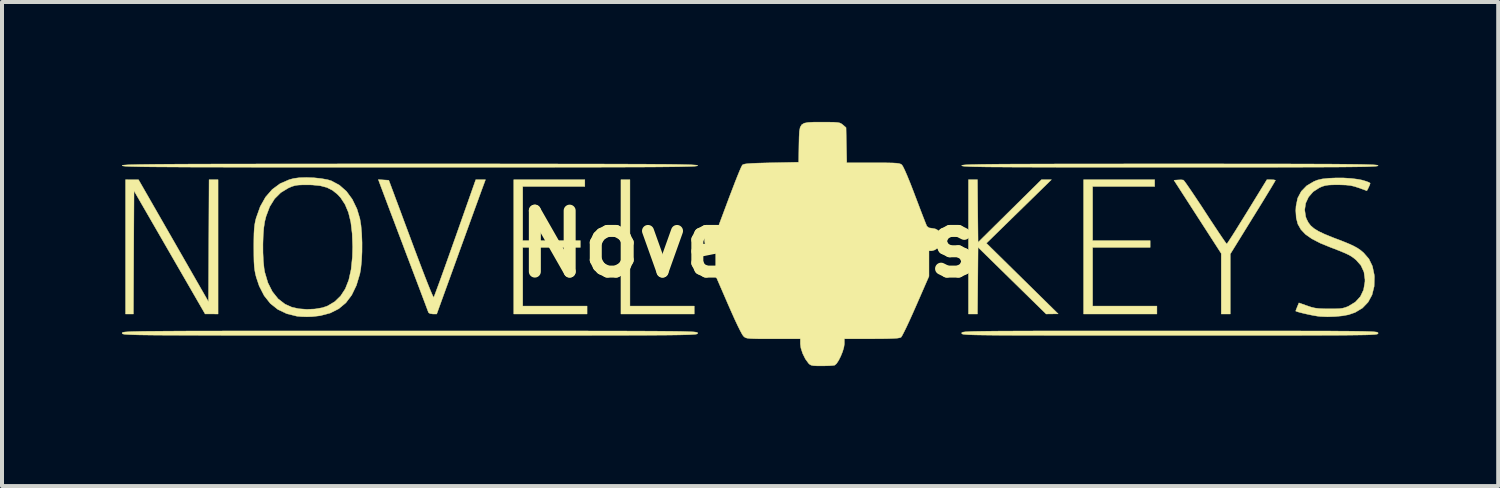
<source format=kicad_pcb>
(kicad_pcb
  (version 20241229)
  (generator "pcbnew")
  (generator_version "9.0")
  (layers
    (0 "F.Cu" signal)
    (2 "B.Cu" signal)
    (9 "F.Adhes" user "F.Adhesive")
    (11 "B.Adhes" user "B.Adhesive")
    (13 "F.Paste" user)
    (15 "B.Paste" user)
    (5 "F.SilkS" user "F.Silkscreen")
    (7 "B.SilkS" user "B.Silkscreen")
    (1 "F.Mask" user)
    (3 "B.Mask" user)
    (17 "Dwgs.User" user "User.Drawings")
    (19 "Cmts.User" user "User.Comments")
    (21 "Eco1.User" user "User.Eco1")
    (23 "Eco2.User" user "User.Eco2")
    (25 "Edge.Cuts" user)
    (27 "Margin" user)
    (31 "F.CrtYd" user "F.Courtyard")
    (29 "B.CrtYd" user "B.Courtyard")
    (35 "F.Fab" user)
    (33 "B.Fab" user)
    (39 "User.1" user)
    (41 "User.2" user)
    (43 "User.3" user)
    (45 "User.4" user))
  (footprint "NovelKeys"
    (layer "F.Cu")
    (at 15.697 3.053)
    (property "Reference" "NovelKeys" (at 0 0 0) (layer "F.SilkS") (effects (font (size 1.524 1.524) (thickness 0.3))))
    (attr through_hole)
    (fp_poly (pts (xy -2.992 1.552) (xy -1.383 1.552) (xy -1.383 1.75) (xy -3.217 1.75) (xy -3.217 -1.609) (xy -2.992 -1.609) (xy -2.992 1.552)) (stroke (width 0.01) (type solid)) (fill yes) (layer "F.SilkS"))
    (fp_poly (pts (xy -4.12 -1.439) (xy -5.673 -1.439) (xy -5.673 -0.085) (xy -4.233 -0.085) (xy -4.233 0.085) (xy -5.673 0.085) (xy -5.673 1.552) (xy -4.064 1.552) (xy -4.064 1.75) (xy -5.898 1.75) (xy -5.898 -1.609) (xy -4.12 -1.609) (xy -4.12 -1.439)) (stroke (width 0.01) (type solid)) (fill yes) (layer "F.SilkS"))
    (fp_poly (pts (xy 10.132 -1.439) (xy 8.58 -1.439) (xy 8.58 -0.085) (xy 10.019 -0.085) (xy 10.019 0.085) (xy 8.58 0.085) (xy 8.58 1.552) (xy 10.188 1.552) (xy 10.188 1.75) (xy 8.354 1.75) (xy 8.354 -1.609) (xy 10.132 -1.609) (xy 10.132 -1.439)) (stroke (width 0.01) (type solid)) (fill yes) (layer "F.SilkS"))
    (fp_poly (pts (xy -13.293 1.75) (xy -13.455 1.749) (xy -13.617 1.749) (xy -14.506 0.21) (xy -15.395 -1.33) (xy -15.403 0.21) (xy -15.41 1.75) (xy -15.607 1.75) (xy -15.607 -1.609) (xy -15.282 -1.607) (xy -14.407 -0.082) (xy -13.533 1.443) (xy -13.525 -0.083) (xy -13.518 -1.609) (xy -13.293 -1.609) (xy -13.293 1.75)) (stroke (width 0.01) (type solid)) (fill yes) (layer "F.SilkS"))
    (fp_poly (pts (xy 5.707 -0.826) (xy 5.715 -0.042) (xy 6.508 -0.826) (xy 7.301 -1.609) (xy 7.549 -1.609) (xy 5.923 -0.02) (xy 6.821 0.864) (xy 7.719 1.747) (xy 7.568 1.748) (xy 7.417 1.75) (xy 6.566 0.916) (xy 5.715 0.082) (xy 5.708 0.916) (xy 5.7 1.75) (xy 5.475 1.75) (xy 5.475 -1.609) (xy 5.7 -1.609) (xy 5.707 -0.826)) (stroke (width 0.01) (type solid)) (fill yes) (layer "F.SilkS"))
    (fp_poly (pts (xy 13.114 -1.605) (xy 13.15 -1.595) (xy 13.152 -1.592) (xy 13.137 -1.565) (xy 13.096 -1.495) (xy 13.032 -1.388) (xy 12.948 -1.25) (xy 12.847 -1.084) (xy 12.732 -0.897) (xy 12.607 -0.695) (xy 12.587 -0.663) (xy 12.023 0.25) (xy 12.023 1.75) (xy 11.797 1.75) (xy 11.797 0.237) (xy 11.206 -0.679) (xy 10.615 -1.595) (xy 10.715 -1.603) (xy 10.792 -1.606) (xy 10.847 -1.6) (xy 10.85 -1.599) (xy 10.874 -1.573) (xy 10.924 -1.505) (xy 10.996 -1.401) (xy 11.088 -1.266) (xy 11.195 -1.106) (xy 11.314 -0.927) (xy 11.401 -0.793) (xy 11.524 -0.604) (xy 11.638 -0.432) (xy 11.738 -0.281) (xy 11.822 -0.157) (xy 11.885 -0.066) (xy 11.924 -0.013) (xy 11.934 -0.001) (xy 11.953 -0.025) (xy 11.997 -0.091) (xy 12.064 -0.194) (xy 12.149 -0.328) (xy 12.249 -0.489) (xy 12.361 -0.669) (xy 12.446 -0.806) (xy 12.939 -1.609) (xy 13.045 -1.609) (xy 13.114 -1.605)) (stroke (width 0.01) (type solid)) (fill yes) (layer "F.SilkS"))
    (fp_poly (pts (xy -9.154 -1.603) (xy -9.023 -1.595) (xy -8.933 -1.355) (xy -8.904 -1.278) (xy -8.859 -1.156) (xy -8.798 -0.994) (xy -8.725 -0.798) (xy -8.643 -0.576) (xy -8.553 -0.335) (xy -8.458 -0.08) (xy -8.383 0.122) (xy -8.289 0.371) (xy -8.201 0.603) (xy -8.121 0.811) (xy -8.05 0.992) (xy -7.99 1.14) (xy -7.944 1.25) (xy -7.913 1.316) (xy -7.9 1.335) (xy -7.887 1.305) (xy -7.857 1.226) (xy -7.812 1.104) (xy -7.753 0.944) (xy -7.683 0.75) (xy -7.603 0.527) (xy -7.515 0.28) (xy -7.421 0.015) (xy -7.363 -0.148) (xy -6.848 -1.609) (xy -6.605 -1.609) (xy -6.686 -1.39) (xy -6.711 -1.322) (xy -6.753 -1.206) (xy -6.81 -1.049) (xy -6.88 -0.857) (xy -6.961 -0.634) (xy -7.05 -0.388) (xy -7.146 -0.123) (xy -7.247 0.155) (xy -7.295 0.289) (xy -7.824 1.75) (xy -7.921 1.75) (xy -7.989 1.74) (xy -8.028 1.718) (xy -8.029 1.714) (xy -8.042 1.682) (xy -8.072 1.602) (xy -8.118 1.479) (xy -8.179 1.318) (xy -8.252 1.124) (xy -8.336 0.902) (xy -8.429 0.657) (xy -8.528 0.395) (xy -8.582 0.254) (xy -8.686 -0.023) (xy -8.788 -0.291) (xy -8.883 -0.544) (xy -8.971 -0.775) (xy -9.048 -0.979) (xy -9.112 -1.15) (xy -9.162 -1.283) (xy -9.195 -1.371) (xy -9.203 -1.391) (xy -9.285 -1.612) (xy -9.154 -1.603)) (stroke (width 0.01) (type solid)) (fill yes) (layer "F.SilkS"))
    (fp_poly (pts (xy 11.155 -2.004) (xy 11.742 -2.004) (xy 12.278 -2.003) (xy 12.765 -2.003) (xy 13.204 -2.003) (xy 13.598 -2.002) (xy 13.95 -2.001) (xy 14.262 -2) (xy 14.536 -1.999) (xy 14.774 -1.997) (xy 14.98 -1.995) (xy 15.154 -1.993) (xy 15.3 -1.991) (xy 15.42 -1.988) (xy 15.516 -1.985) (xy 15.59 -1.982) (xy 15.645 -1.978) (xy 15.683 -1.974) (xy 15.707 -1.97) (xy 15.718 -1.965) (xy 15.72 -1.961) (xy 15.715 -1.956) (xy 15.7 -1.951) (xy 15.671 -1.947) (xy 15.628 -1.943) (xy 15.566 -1.94) (xy 15.485 -1.936) (xy 15.381 -1.933) (xy 15.252 -1.931) (xy 15.097 -1.929) (xy 14.912 -1.927) (xy 14.695 -1.925) (xy 14.445 -1.924) (xy 14.158 -1.923) (xy 13.832 -1.922) (xy 13.466 -1.921) (xy 13.056 -1.92) (xy 12.601 -1.92) (xy 12.097 -1.919) (xy 11.544 -1.919) (xy 10.937 -1.919) (xy 10.513 -1.919) (xy 9.871 -1.919) (xy 9.283 -1.919) (xy 8.747 -1.92) (xy 8.261 -1.92) (xy 7.822 -1.92) (xy 7.427 -1.921) (xy 7.075 -1.922) (xy 6.764 -1.923) (xy 6.49 -1.924) (xy 6.251 -1.926) (xy 6.046 -1.927) (xy 5.871 -1.929) (xy 5.726 -1.932) (xy 5.606 -1.934) (xy 5.51 -1.937) (xy 5.436 -1.941) (xy 5.381 -1.944) (xy 5.343 -1.949) (xy 5.319 -1.953) (xy 5.308 -1.958) (xy 5.306 -1.961) (xy 5.31 -1.967) (xy 5.326 -1.971) (xy 5.354 -1.976) (xy 5.398 -1.98) (xy 5.459 -1.983) (xy 5.541 -1.987) (xy 5.645 -1.989) (xy 5.773 -1.992) (xy 5.929 -1.994) (xy 6.114 -1.996) (xy 6.33 -1.998) (xy 6.581 -1.999) (xy 6.868 -2) (xy 7.193 -2.001) (xy 7.56 -2.002) (xy 7.969 -2.003) (xy 8.425 -2.003) (xy 8.928 -2.003) (xy 9.482 -2.004) (xy 10.088 -2.004) (xy 10.513 -2.004) (xy 11.155 -2.004)) (stroke (width 0.01) (type solid)) (fill yes) (layer "F.SilkS"))
    (fp_poly (pts (xy 11.149 2.173) (xy 11.731 2.173) (xy 12.262 2.173) (xy 12.743 2.173) (xy 13.177 2.174) (xy 13.567 2.174) (xy 13.915 2.175) (xy 14.223 2.175) (xy 14.494 2.176) (xy 14.73 2.178) (xy 14.934 2.179) (xy 15.107 2.181) (xy 15.253 2.183) (xy 15.374 2.185) (xy 15.472 2.188) (xy 15.549 2.191) (xy 15.609 2.195) (xy 15.652 2.199) (xy 15.683 2.203) (xy 15.702 2.208) (xy 15.713 2.214) (xy 15.718 2.22) (xy 15.72 2.226) (xy 15.72 2.23) (xy 15.719 2.236) (xy 15.716 2.243) (xy 15.708 2.249) (xy 15.693 2.254) (xy 15.667 2.258) (xy 15.63 2.263) (xy 15.578 2.266) (xy 15.508 2.27) (xy 15.42 2.273) (xy 15.31 2.275) (xy 15.175 2.277) (xy 15.014 2.279) (xy 14.824 2.281) (xy 14.602 2.282) (xy 14.347 2.283) (xy 14.056 2.284) (xy 13.726 2.285) (xy 13.355 2.285) (xy 12.94 2.286) (xy 12.48 2.286) (xy 11.971 2.286) (xy 11.412 2.286) (xy 10.8 2.286) (xy 10.513 2.286) (xy 9.877 2.286) (xy 9.295 2.286) (xy 8.764 2.286) (xy 8.283 2.286) (xy 7.848 2.285) (xy 7.459 2.285) (xy 7.111 2.284) (xy 6.802 2.284) (xy 6.531 2.283) (xy 6.295 2.282) (xy 6.092 2.28) (xy 5.918 2.278) (xy 5.772 2.276) (xy 5.651 2.274) (xy 5.554 2.271) (xy 5.476 2.268) (xy 5.417 2.264) (xy 5.373 2.26) (xy 5.343 2.256) (xy 5.323 2.251) (xy 5.312 2.245) (xy 5.307 2.239) (xy 5.306 2.233) (xy 5.306 2.23) (xy 5.306 2.223) (xy 5.309 2.216) (xy 5.317 2.211) (xy 5.333 2.205) (xy 5.358 2.201) (xy 5.396 2.196) (xy 5.448 2.193) (xy 5.517 2.189) (xy 5.606 2.186) (xy 5.716 2.184) (xy 5.85 2.182) (xy 6.012 2.18) (xy 6.202 2.178) (xy 6.423 2.177) (xy 6.678 2.176) (xy 6.97 2.175) (xy 7.3 2.174) (xy 7.671 2.174) (xy 8.085 2.174) (xy 8.546 2.173) (xy 9.054 2.173) (xy 9.613 2.173) (xy 10.225 2.173) (xy 10.513 2.173) (xy 11.149 2.173)) (stroke (width 0.01) (type solid)) (fill yes) (layer "F.SilkS"))
    (fp_poly (pts (xy -7.736 -2.004) (xy -7.031 -2.004) (xy -6.379 -2.004) (xy -5.777 -2.003) (xy -5.224 -2.003) (xy -4.717 -2.002) (xy -4.255 -2.002) (xy -3.835 -2.001) (xy -3.456 -2) (xy -3.116 -1.999) (xy -2.812 -1.998) (xy -2.544 -1.997) (xy -2.307 -1.995) (xy -2.102 -1.994) (xy -1.925 -1.992) (xy -1.775 -1.99) (xy -1.649 -1.987) (xy -1.547 -1.985) (xy -1.465 -1.982) (xy -1.402 -1.978) (xy -1.356 -1.975) (xy -1.324 -1.971) (xy -1.306 -1.967) (xy -1.299 -1.963) (xy -1.298 -1.961) (xy -1.303 -1.957) (xy -1.317 -1.953) (xy -1.345 -1.949) (xy -1.386 -1.945) (xy -1.443 -1.942) (xy -1.519 -1.939) (xy -1.615 -1.937) (xy -1.733 -1.934) (xy -1.875 -1.932) (xy -2.044 -1.93) (xy -2.24 -1.928) (xy -2.467 -1.926) (xy -2.725 -1.925) (xy -3.018 -1.924) (xy -3.347 -1.923) (xy -3.713 -1.922) (xy -4.12 -1.921) (xy -4.569 -1.921) (xy -5.062 -1.92) (xy -5.6 -1.92) (xy -6.187 -1.919) (xy -6.823 -1.919) (xy -7.511 -1.919) (xy -8.253 -1.919) (xy -8.495 -1.919) (xy -9.254 -1.919) (xy -9.959 -1.919) (xy -10.611 -1.919) (xy -11.213 -1.92) (xy -11.766 -1.92) (xy -12.273 -1.92) (xy -12.735 -1.921) (xy -13.154 -1.922) (xy -13.533 -1.923) (xy -13.874 -1.923) (xy -14.177 -1.925) (xy -14.446 -1.926) (xy -14.683 -1.928) (xy -14.888 -1.929) (xy -15.065 -1.931) (xy -15.215 -1.933) (xy -15.341 -1.936) (xy -15.443 -1.938) (xy -15.525 -1.941) (xy -15.588 -1.944) (xy -15.634 -1.948) (xy -15.665 -1.952) (xy -15.684 -1.956) (xy -15.691 -1.96) (xy -15.692 -1.961) (xy -15.687 -1.966) (xy -15.672 -1.97) (xy -15.645 -1.974) (xy -15.604 -1.977) (xy -15.546 -1.981) (xy -15.471 -1.984) (xy -15.375 -1.986) (xy -15.257 -1.989) (xy -15.114 -1.991) (xy -14.946 -1.993) (xy -14.75 -1.995) (xy -14.523 -1.996) (xy -14.264 -1.998) (xy -13.972 -1.999) (xy -13.643 -2) (xy -13.276 -2.001) (xy -12.87 -2.002) (xy -12.421 -2.002) (xy -11.928 -2.003) (xy -11.39 -2.003) (xy -10.803 -2.003) (xy -10.167 -2.004) (xy -9.479 -2.004) (xy -8.737 -2.004) (xy -8.495 -2.004) (xy -7.736 -2.004)) (stroke (width 0.01) (type solid)) (fill yes) (layer "F.SilkS"))
    (fp_poly (pts (xy -10.897 -1.657) (xy -10.716 -1.638) (xy -10.557 -1.61) (xy -10.462 -1.582) (xy -10.26 -1.474) (xy -10.083 -1.319) (xy -9.936 -1.119) (xy -9.82 -0.88) (xy -9.746 -0.635) (xy -9.719 -0.469) (xy -9.701 -0.264) (xy -9.692 -0.036) (xy -9.693 0.197) (xy -9.704 0.421) (xy -9.724 0.619) (xy -9.747 0.748) (xy -9.834 1.036) (xy -9.95 1.276) (xy -10.096 1.47) (xy -10.276 1.62) (xy -10.489 1.727) (xy -10.74 1.793) (xy -10.939 1.816) (xy -11.072 1.82) (xy -11.208 1.816) (xy -11.318 1.806) (xy -11.319 1.806) (xy -11.577 1.742) (xy -11.799 1.636) (xy -11.987 1.486) (xy -12.141 1.291) (xy -12.264 1.051) (xy -12.339 0.827) (xy -12.361 0.738) (xy -12.377 0.65) (xy -12.388 0.553) (xy -12.395 0.434) (xy -12.398 0.282) (xy -12.399 0.085) (xy -12.399 0.085) (xy -12.399 -0.003) (xy -12.171 -0.003) (xy -12.17 0.217) (xy -12.16 0.426) (xy -12.142 0.607) (xy -12.125 0.706) (xy -12.047 0.968) (xy -11.935 1.191) (xy -11.792 1.37) (xy -11.618 1.504) (xy -11.448 1.58) (xy -11.272 1.619) (xy -11.072 1.634) (xy -10.87 1.625) (xy -10.683 1.593) (xy -10.553 1.548) (xy -10.374 1.441) (xy -10.228 1.299) (xy -10.111 1.12) (xy -10.024 0.899) (xy -9.966 0.636) (xy -9.934 0.326) (xy -9.927 0.071) (xy -9.939 -0.261) (xy -9.973 -0.546) (xy -10.032 -0.787) (xy -10.117 -0.99) (xy -10.228 -1.159) (xy -10.304 -1.241) (xy -10.43 -1.343) (xy -10.571 -1.414) (xy -10.738 -1.458) (xy -10.942 -1.478) (xy -11.049 -1.48) (xy -11.191 -1.479) (xy -11.294 -1.474) (xy -11.373 -1.461) (xy -11.446 -1.439) (xy -11.529 -1.403) (xy -11.536 -1.4) (xy -11.725 -1.285) (xy -11.88 -1.13) (xy -12.002 -0.933) (xy -12.093 -0.691) (xy -12.126 -0.56) (xy -12.149 -0.408) (xy -12.164 -0.216) (xy -12.171 -0.003) (xy -12.399 -0.003) (xy -12.398 -0.113) (xy -12.395 -0.266) (xy -12.388 -0.385) (xy -12.377 -0.483) (xy -12.361 -0.57) (xy -12.34 -0.653) (xy -12.239 -0.936) (xy -12.106 -1.173) (xy -11.939 -1.365) (xy -11.741 -1.511) (xy -11.51 -1.611) (xy -11.399 -1.64) (xy -11.257 -1.659) (xy -11.084 -1.664) (xy -10.897 -1.657)) (stroke (width 0.01) (type solid)) (fill yes) (layer "F.SilkS"))
    (fp_poly (pts (xy -7.742 2.173) (xy -7.044 2.173) (xy -6.398 2.173) (xy -5.802 2.173) (xy -5.255 2.173) (xy -4.754 2.174) (xy -4.297 2.174) (xy -3.882 2.175) (xy -3.508 2.175) (xy -3.171 2.176) (xy -2.871 2.177) (xy -2.604 2.178) (xy -2.37 2.179) (xy -2.165 2.181) (xy -1.988 2.182) (xy -1.837 2.184) (xy -1.71 2.186) (xy -1.605 2.189) (xy -1.519 2.192) (xy -1.451 2.195) (xy -1.399 2.198) (xy -1.36 2.202) (xy -1.333 2.206) (xy -1.315 2.21) (xy -1.305 2.215) (xy -1.3 2.22) (xy -1.298 2.226) (xy -1.298 2.23) (xy -1.299 2.235) (xy -1.301 2.241) (xy -1.308 2.246) (xy -1.321 2.251) (xy -1.343 2.255) (xy -1.374 2.259) (xy -1.419 2.262) (xy -1.477 2.266) (xy -1.552 2.269) (xy -1.646 2.271) (xy -1.76 2.274) (xy -1.897 2.276) (xy -2.058 2.278) (xy -2.246 2.279) (xy -2.463 2.281) (xy -2.71 2.282) (xy -2.991 2.283) (xy -3.306 2.284) (xy -3.658 2.284) (xy -4.049 2.285) (xy -4.481 2.285) (xy -4.956 2.286) (xy -5.476 2.286) (xy -6.043 2.286) (xy -6.659 2.286) (xy -7.326 2.286) (xy -8.047 2.286) (xy -8.495 2.286) (xy -9.248 2.286) (xy -9.946 2.286) (xy -10.592 2.286) (xy -11.187 2.286) (xy -11.735 2.286) (xy -12.236 2.285) (xy -12.693 2.285) (xy -13.108 2.285) (xy -13.482 2.284) (xy -13.819 2.283) (xy -14.119 2.282) (xy -14.386 2.281) (xy -14.62 2.28) (xy -14.825 2.279) (xy -15.002 2.277) (xy -15.153 2.275) (xy -15.28 2.273) (xy -15.385 2.27) (xy -15.471 2.267) (xy -15.539 2.264) (xy -15.591 2.261) (xy -15.63 2.257) (xy -15.657 2.253) (xy -15.675 2.249) (xy -15.685 2.244) (xy -15.69 2.239) (xy -15.691 2.233) (xy -15.692 2.23) (xy -15.691 2.224) (xy -15.689 2.218) (xy -15.682 2.213) (xy -15.669 2.208) (xy -15.647 2.204) (xy -15.615 2.2) (xy -15.571 2.197) (xy -15.513 2.193) (xy -15.438 2.19) (xy -15.344 2.188) (xy -15.23 2.185) (xy -15.093 2.183) (xy -14.932 2.182) (xy -14.744 2.18) (xy -14.527 2.179) (xy -14.279 2.177) (xy -13.999 2.176) (xy -13.684 2.176) (xy -13.332 2.175) (xy -12.941 2.174) (xy -12.509 2.174) (xy -12.034 2.174) (xy -11.514 2.173) (xy -10.947 2.173) (xy -10.331 2.173) (xy -9.663 2.173) (xy -8.943 2.173) (xy -8.495 2.173) (xy -7.742 2.173)) (stroke (width 0.01) (type solid)) (fill yes) (layer "F.SilkS"))
    (fp_poly (pts (xy 14.862 -1.652) (xy 15.052 -1.64) (xy 15.222 -1.618) (xy 15.318 -1.599) (xy 15.416 -1.57) (xy 15.488 -1.543) (xy 15.521 -1.522) (xy 15.522 -1.52) (xy 15.51 -1.478) (xy 15.481 -1.414) (xy 15.481 -1.412) (xy 15.439 -1.332) (xy 15.234 -1.406) (xy 15.127 -1.441) (xy 15.03 -1.463) (xy 14.924 -1.475) (xy 14.789 -1.48) (xy 14.718 -1.481) (xy 14.574 -1.48) (xy 14.471 -1.474) (xy 14.392 -1.461) (xy 14.321 -1.439) (xy 14.249 -1.407) (xy 14.096 -1.308) (xy 13.981 -1.176) (xy 13.909 -1.022) (xy 13.884 -0.854) (xy 13.909 -0.683) (xy 13.929 -0.628) (xy 13.975 -0.537) (xy 14.035 -0.459) (xy 14.116 -0.389) (xy 14.227 -0.32) (xy 14.374 -0.25) (xy 14.566 -0.171) (xy 14.652 -0.138) (xy 14.846 -0.064) (xy 14.997 -0.002) (xy 15.113 0.052) (xy 15.204 0.102) (xy 15.28 0.154) (xy 15.35 0.213) (xy 15.356 0.218) (xy 15.49 0.372) (xy 15.578 0.554) (xy 15.623 0.769) (xy 15.628 0.818) (xy 15.621 1.06) (xy 15.568 1.273) (xy 15.47 1.454) (xy 15.329 1.601) (xy 15.146 1.711) (xy 14.981 1.768) (xy 14.829 1.796) (xy 14.645 1.814) (xy 14.455 1.82) (xy 14.281 1.813) (xy 14.21 1.805) (xy 14.102 1.787) (xy 13.983 1.763) (xy 13.867 1.737) (xy 13.766 1.712) (xy 13.693 1.691) (xy 13.66 1.677) (xy 13.66 1.675) (xy 13.669 1.644) (xy 13.694 1.582) (xy 13.7 1.567) (xy 13.74 1.472) (xy 13.947 1.545) (xy 14.048 1.579) (xy 14.14 1.601) (xy 14.241 1.613) (xy 14.367 1.619) (xy 14.492 1.621) (xy 14.643 1.62) (xy 14.753 1.616) (xy 14.835 1.605) (xy 14.904 1.586) (xy 14.975 1.558) (xy 14.979 1.556) (xy 15.151 1.451) (xy 15.277 1.314) (xy 15.357 1.145) (xy 15.391 0.944) (xy 15.392 0.889) (xy 15.366 0.699) (xy 15.291 0.536) (xy 15.171 0.4) (xy 15.111 0.351) (xy 15.051 0.308) (xy 14.98 0.268) (xy 14.888 0.225) (xy 14.766 0.174) (xy 14.605 0.111) (xy 14.53 0.083) (xy 14.271 -0.023) (xy 14.064 -0.13) (xy 13.905 -0.241) (xy 13.79 -0.362) (xy 13.713 -0.498) (xy 13.672 -0.655) (xy 13.661 -0.836) (xy 13.667 -0.947) (xy 13.708 -1.147) (xy 13.798 -1.317) (xy 13.934 -1.457) (xy 14.116 -1.565) (xy 14.205 -1.6) (xy 14.324 -1.628) (xy 14.483 -1.645) (xy 14.667 -1.653) (xy 14.862 -1.652)) (stroke (width 0.01) (type solid)) (fill yes) (layer "F.SilkS"))
    (fp_poly (pts (xy 1.823 -3.048) (xy 1.988 -3.048) (xy 2.107 -3.046) (xy 2.19 -3.04) (xy 2.246 -3.031) (xy 2.285 -3.016) (xy 2.317 -2.994) (xy 2.334 -2.98) (xy 2.413 -2.912) (xy 2.431 -2.032) (xy 3.089 -2.032) (xy 3.302 -2.032) (xy 3.465 -2.03) (xy 3.586 -2.027) (xy 3.673 -2.022) (xy 3.733 -2.014) (xy 3.772 -2.003) (xy 3.799 -1.988) (xy 3.807 -1.983) (xy 3.836 -1.939) (xy 3.882 -1.846) (xy 3.943 -1.706) (xy 4.018 -1.523) (xy 4.104 -1.301) (xy 4.137 -1.214) (xy 4.21 -1.022) (xy 4.277 -0.845) (xy 4.336 -0.692) (xy 4.384 -0.569) (xy 4.418 -0.484) (xy 4.435 -0.445) (xy 4.435 -0.445) (xy 4.487 -0.405) (xy 4.556 -0.395) (xy 4.644 -0.379) (xy 4.717 -0.341) (xy 4.757 -0.299) (xy 4.777 -0.245) (xy 4.783 -0.158) (xy 4.784 -0.127) (xy 4.78 -0.03) (xy 4.764 0.032) (xy 4.729 0.079) (xy 4.704 0.101) (xy 4.633 0.147) (xy 4.563 0.169) (xy 4.556 0.169) (xy 4.487 0.169) (xy 4.487 0.807) (xy 4.162 1.551) (xy 4.077 1.743) (xy 3.997 1.92) (xy 3.925 2.074) (xy 3.864 2.198) (xy 3.819 2.285) (xy 3.791 2.329) (xy 3.788 2.332) (xy 3.758 2.344) (xy 3.7 2.354) (xy 3.608 2.361) (xy 3.478 2.366) (xy 3.302 2.369) (xy 3.077 2.37) (xy 3.055 2.37) (xy 2.371 2.371) (xy 2.371 2.498) (xy 2.358 2.586) (xy 2.326 2.694) (xy 2.28 2.807) (xy 2.227 2.912) (xy 2.175 2.991) (xy 2.13 3.03) (xy 2.083 3.038) (xy 1.994 3.044) (xy 1.879 3.047) (xy 1.809 3.048) (xy 1.68 3.047) (xy 1.594 3.042) (xy 1.539 3.03) (xy 1.502 3.009) (xy 1.476 2.985) (xy 1.396 2.875) (xy 1.329 2.74) (xy 1.284 2.602) (xy 1.27 2.499) (xy 1.27 2.371) (xy 0.594 2.371) (xy 0.382 2.371) (xy 0.218 2.37) (xy 0.097 2.367) (xy 0.009 2.363) (xy -0.051 2.356) (xy -0.092 2.346) (xy -0.12 2.332) (xy -0.144 2.313) (xy -0.15 2.307) (xy -0.183 2.262) (xy -0.233 2.169) (xy -0.3 2.035) (xy -0.38 1.864) (xy -0.47 1.662) (xy -0.533 1.519) (xy -0.847 0.795) (xy -0.847 0.176) (xy -0.945 0.157) (xy -1.04 0.12) (xy -1.099 0.047) (xy -1.126 -0.067) (xy -1.129 -0.133) (xy -1.115 -0.261) (xy -1.069 -0.344) (xy -0.988 -0.387) (xy -0.907 -0.395) (xy -0.797 -0.395) (xy -0.51 -1.164) (xy -0.434 -1.362) (xy -0.364 -1.545) (xy -0.301 -1.704) (xy -0.248 -1.833) (xy -0.208 -1.924) (xy -0.183 -1.972) (xy -0.181 -1.976) (xy -0.158 -1.989) (xy -0.115 -2.001) (xy -0.046 -2.01) (xy 0.056 -2.017) (xy 0.196 -2.023) (xy 0.383 -2.028) (xy 0.544 -2.032) (xy 1.228 -2.046) (xy 1.235 -2.489) (xy 1.239 -2.677) (xy 1.246 -2.817) (xy 1.265 -2.917) (xy 1.303 -2.983) (xy 1.366 -3.022) (xy 1.463 -3.041) (xy 1.601 -3.048) (xy 1.786 -3.048) (xy 1.823 -3.048)) (stroke (width 0.01) (type solid)) (fill yes) (layer "F.SilkS")))
  (gr_rect
    (start -3 -3)
    (end 34.421 9.106)
    (stroke (width 0.1) (type default))
    (fill no)
    (layer "Edge.Cuts")))
</source>
